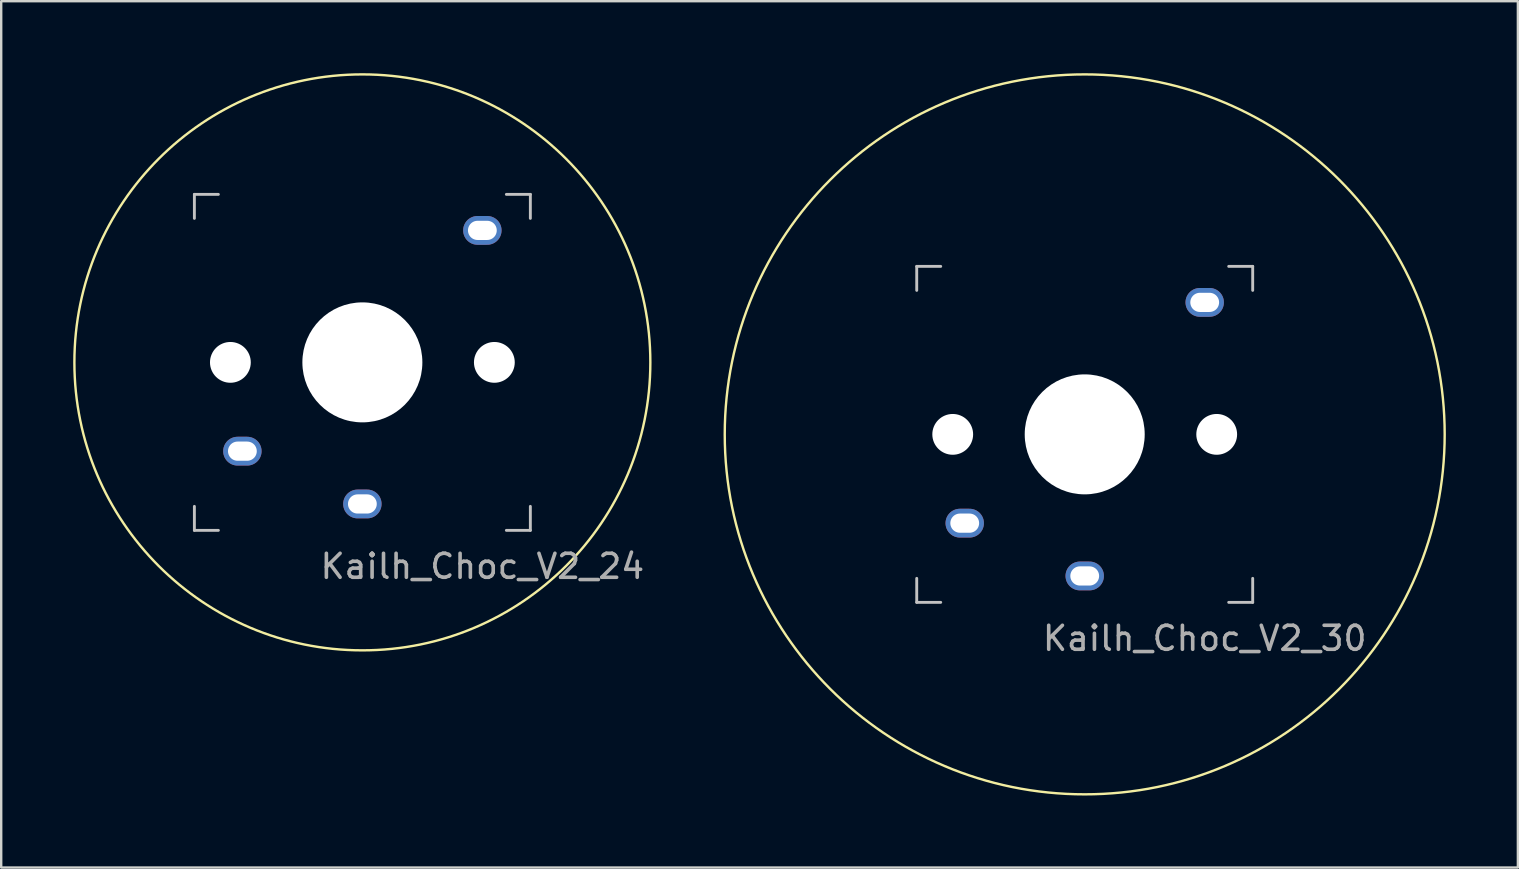
<source format=kicad_pcb>
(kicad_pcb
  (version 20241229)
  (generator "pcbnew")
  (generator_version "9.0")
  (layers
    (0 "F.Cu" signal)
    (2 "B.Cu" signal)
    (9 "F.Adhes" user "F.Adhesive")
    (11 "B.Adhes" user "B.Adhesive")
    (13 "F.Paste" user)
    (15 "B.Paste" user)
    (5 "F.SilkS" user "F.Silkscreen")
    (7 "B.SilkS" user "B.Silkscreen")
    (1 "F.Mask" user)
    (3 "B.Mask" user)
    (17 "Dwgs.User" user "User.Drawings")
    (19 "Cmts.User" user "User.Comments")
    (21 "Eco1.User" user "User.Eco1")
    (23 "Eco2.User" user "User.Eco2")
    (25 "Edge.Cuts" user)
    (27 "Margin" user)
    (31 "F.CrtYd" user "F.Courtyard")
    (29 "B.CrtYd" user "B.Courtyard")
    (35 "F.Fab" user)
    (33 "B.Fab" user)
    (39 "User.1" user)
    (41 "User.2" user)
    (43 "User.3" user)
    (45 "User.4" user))
  (footprint "Kailh_Choc_V2_30"
    (layer "F.Cu")
    (at 42.15 15.05)
    (property "Reference" "Kailh_Choc_V2_30" (at 5 8.5 0) (layer "F.Fab") (effects (font (size 1 1) (thickness 0.15))))
    (attr smd)
    (fp_circle (center 0 0) (end 15 0) (stroke (width 0.1) (type default)) (fill no) (layer "F.SilkS"))
    (fp_line (start -7 -7) (end -7 -6) (stroke (width 0.12) (type solid)) (layer "Dwgs.User"))
    (fp_line (start -7 -7) (end -6 -7) (stroke (width 0.12) (type solid)) (layer "Dwgs.User"))
    (fp_line (start -7 7) (end -7 6) (stroke (width 0.12) (type solid)) (layer "Dwgs.User"))
    (fp_line (start -7 7) (end -6 7) (stroke (width 0.12) (type solid)) (layer "Dwgs.User"))
    (fp_line (start 7 -7) (end 6 -7) (stroke (width 0.12) (type solid)) (layer "Dwgs.User"))
    (fp_line (start 7 -7) (end 7 -6) (stroke (width 0.12) (type solid)) (layer "Dwgs.User"))
    (fp_line (start 7 7) (end 6 7) (stroke (width 0.12) (type solid)) (layer "Dwgs.User"))
    (fp_line (start 7 7) (end 7 6) (stroke (width 0.12) (type solid)) (layer "Dwgs.User"))
    (pad "" np_thru_hole circle (at -5.5 0) (size 1.7 1.7) (drill 1.7) (layers "*.Cu" "*.Mask"))
    (pad "" np_thru_hole circle (at 0 0) (size 5 5) (drill 5) (layers "*.Cu" "*.Mask"))
    (pad "" np_thru_hole circle (at 5.5 0) (size 1.7 1.7) (drill 1.7) (layers "*.Cu" "*.Mask"))
    (pad "1" thru_hole oval (at -5 3.7) (size 1.6 1.2) (drill oval 1.2 0.8) (layers "*.Cu" "*.Mask"))
    (pad "2" thru_hole oval (at 0 5.9) (size 1.6 1.2) (drill oval 1.2 0.8) (layers "*.Cu" "*.Mask"))
    (pad "MP" thru_hole oval (at 5 -5.5) (size 1.6 1.2) (drill oval 1.2 0.8) (layers "*.Cu" "*.Mask")))
  (footprint "Kailh_Choc_V2_24"
    (layer "F.Cu")
    (at 12.05 12.05)
    (property "Reference" "Kailh_Choc_V2_24" (at 5 8.5 0) (layer "F.Fab") (effects (font (size 1 1) (thickness 0.15))))
    (attr smd)
    (fp_circle (center 0 0) (end 12 0) (stroke (width 0.1) (type default)) (fill no) (layer "F.SilkS"))
    (fp_line (start -7 -7) (end -7 -6) (stroke (width 0.12) (type solid)) (layer "Dwgs.User"))
    (fp_line (start -7 -7) (end -6 -7) (stroke (width 0.12) (type solid)) (layer "Dwgs.User"))
    (fp_line (start -7 7) (end -7 6) (stroke (width 0.12) (type solid)) (layer "Dwgs.User"))
    (fp_line (start -7 7) (end -6 7) (stroke (width 0.12) (type solid)) (layer "Dwgs.User"))
    (fp_line (start 7 -7) (end 6 -7) (stroke (width 0.12) (type solid)) (layer "Dwgs.User"))
    (fp_line (start 7 -7) (end 7 -6) (stroke (width 0.12) (type solid)) (layer "Dwgs.User"))
    (fp_line (start 7 7) (end 6 7) (stroke (width 0.12) (type solid)) (layer "Dwgs.User"))
    (fp_line (start 7 7) (end 7 6) (stroke (width 0.12) (type solid)) (layer "Dwgs.User"))
    (pad "" np_thru_hole circle (at -5.5 0) (size 1.7 1.7) (drill 1.7) (layers "*.Cu" "*.Mask"))
    (pad "" np_thru_hole circle (at 0 0) (size 5 5) (drill 5) (layers "*.Cu" "*.Mask"))
    (pad "" np_thru_hole circle (at 5.5 0) (size 1.7 1.7) (drill 1.7) (layers "*.Cu" "*.Mask"))
    (pad "1" thru_hole oval (at -5 3.7) (size 1.6 1.2) (drill oval 1.2 0.8) (layers "*.Cu" "*.Mask"))
    (pad "2" thru_hole oval (at 0 5.9) (size 1.6 1.2) (drill oval 1.2 0.8) (layers "*.Cu" "*.Mask"))
    (pad "MP" thru_hole oval (at 5 -5.5) (size 1.6 1.2) (drill oval 1.2 0.8) (layers "*.Cu" "*.Mask")))
  (gr_rect
    (start -3 -3)
    (end 60.2 33.1)
    (stroke (width 0.1) (type default))
    (fill no)
    (layer "Edge.Cuts")))
</source>
